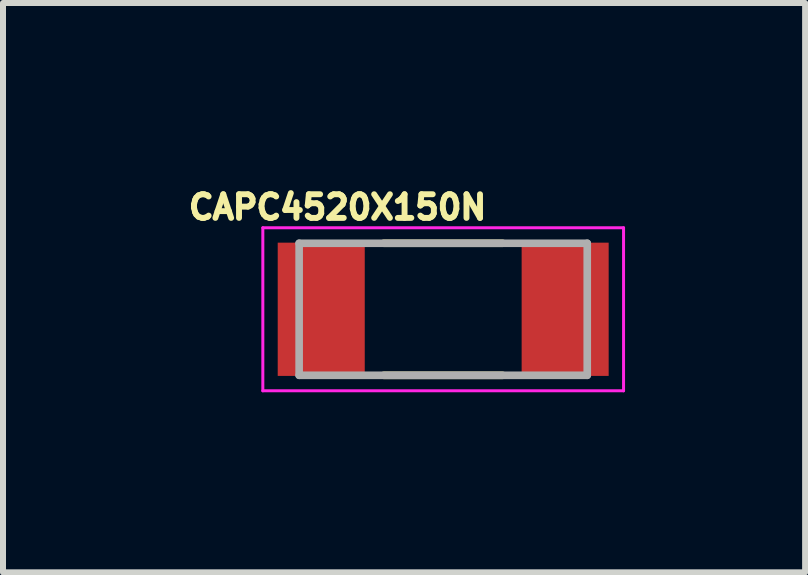
<source format=kicad_pcb>
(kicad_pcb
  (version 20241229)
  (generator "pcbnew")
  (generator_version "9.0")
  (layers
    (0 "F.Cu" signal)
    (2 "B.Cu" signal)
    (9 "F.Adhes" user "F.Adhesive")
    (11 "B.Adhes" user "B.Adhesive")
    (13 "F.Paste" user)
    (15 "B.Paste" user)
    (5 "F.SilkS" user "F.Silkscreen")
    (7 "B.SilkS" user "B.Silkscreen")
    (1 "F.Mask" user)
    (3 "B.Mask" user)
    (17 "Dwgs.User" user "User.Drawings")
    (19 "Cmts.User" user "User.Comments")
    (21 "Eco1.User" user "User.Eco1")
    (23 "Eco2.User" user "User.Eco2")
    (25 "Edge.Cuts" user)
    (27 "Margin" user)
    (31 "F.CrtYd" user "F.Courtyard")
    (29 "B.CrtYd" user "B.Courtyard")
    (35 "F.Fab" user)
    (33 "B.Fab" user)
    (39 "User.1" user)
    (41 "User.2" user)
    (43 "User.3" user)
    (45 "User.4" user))
  (footprint "CAPC4520X150N"
    (layer "F.Cu")
    (at 4.334 2.103)
    (property "Reference" "CAPC4520X150N" (at -1.76 -1.7 0) (layer "F.SilkS") (effects (font (size 0.394 0.394) (thickness 0.15))))
    (attr smd)
    (fp_line (start -0.99 -1.1) (end 0.99 -1.1) (stroke (width 0.127) (type solid)) (layer "F.SilkS"))
    (fp_line (start -0.99 1.1) (end 0.99 1.1) (stroke (width 0.127) (type solid)) (layer "F.SilkS"))
    (fp_line (start -3.005 -1.358) (end 3.005 -1.358) (stroke (width 0.05) (type solid)) (layer "F.CrtYd"))
    (fp_line (start -3.005 1.358) (end -3.005 -1.358) (stroke (width 0.05) (type solid)) (layer "F.CrtYd"))
    (fp_line (start -3.005 1.358) (end 3.005 1.358) (stroke (width 0.05) (type solid)) (layer "F.CrtYd"))
    (fp_line (start 3.005 1.358) (end 3.005 -1.358) (stroke (width 0.05) (type solid)) (layer "F.CrtYd"))
    (fp_line (start -2.4 1.1) (end -2.4 -1.1) (stroke (width 0.127) (type solid)) (layer "F.Fab"))
    (fp_line (start 2.4 -1.1) (end -2.4 -1.1) (stroke (width 0.127) (type solid)) (layer "F.Fab"))
    (fp_line (start 2.4 1.1) (end -2.4 1.1) (stroke (width 0.127) (type solid)) (layer "F.Fab"))
    (fp_line (start 2.4 1.1) (end 2.4 -1.1) (stroke (width 0.127) (type solid)) (layer "F.Fab"))
    (pad "1" smd rect (at -2.032 0) (size 1.45 2.22) (layers "F.Cu" "F.Mask" "F.Paste"))
    (pad "2" smd rect (at 2.032 0) (size 1.45 2.22) (layers "F.Cu" "F.Mask" "F.Paste")))
  (gr_rect
    (start -3 -3)
    (end 10.364 6.486)
    (stroke (width 0.1) (type default))
    (fill no)
    (layer "Edge.Cuts")))
</source>
